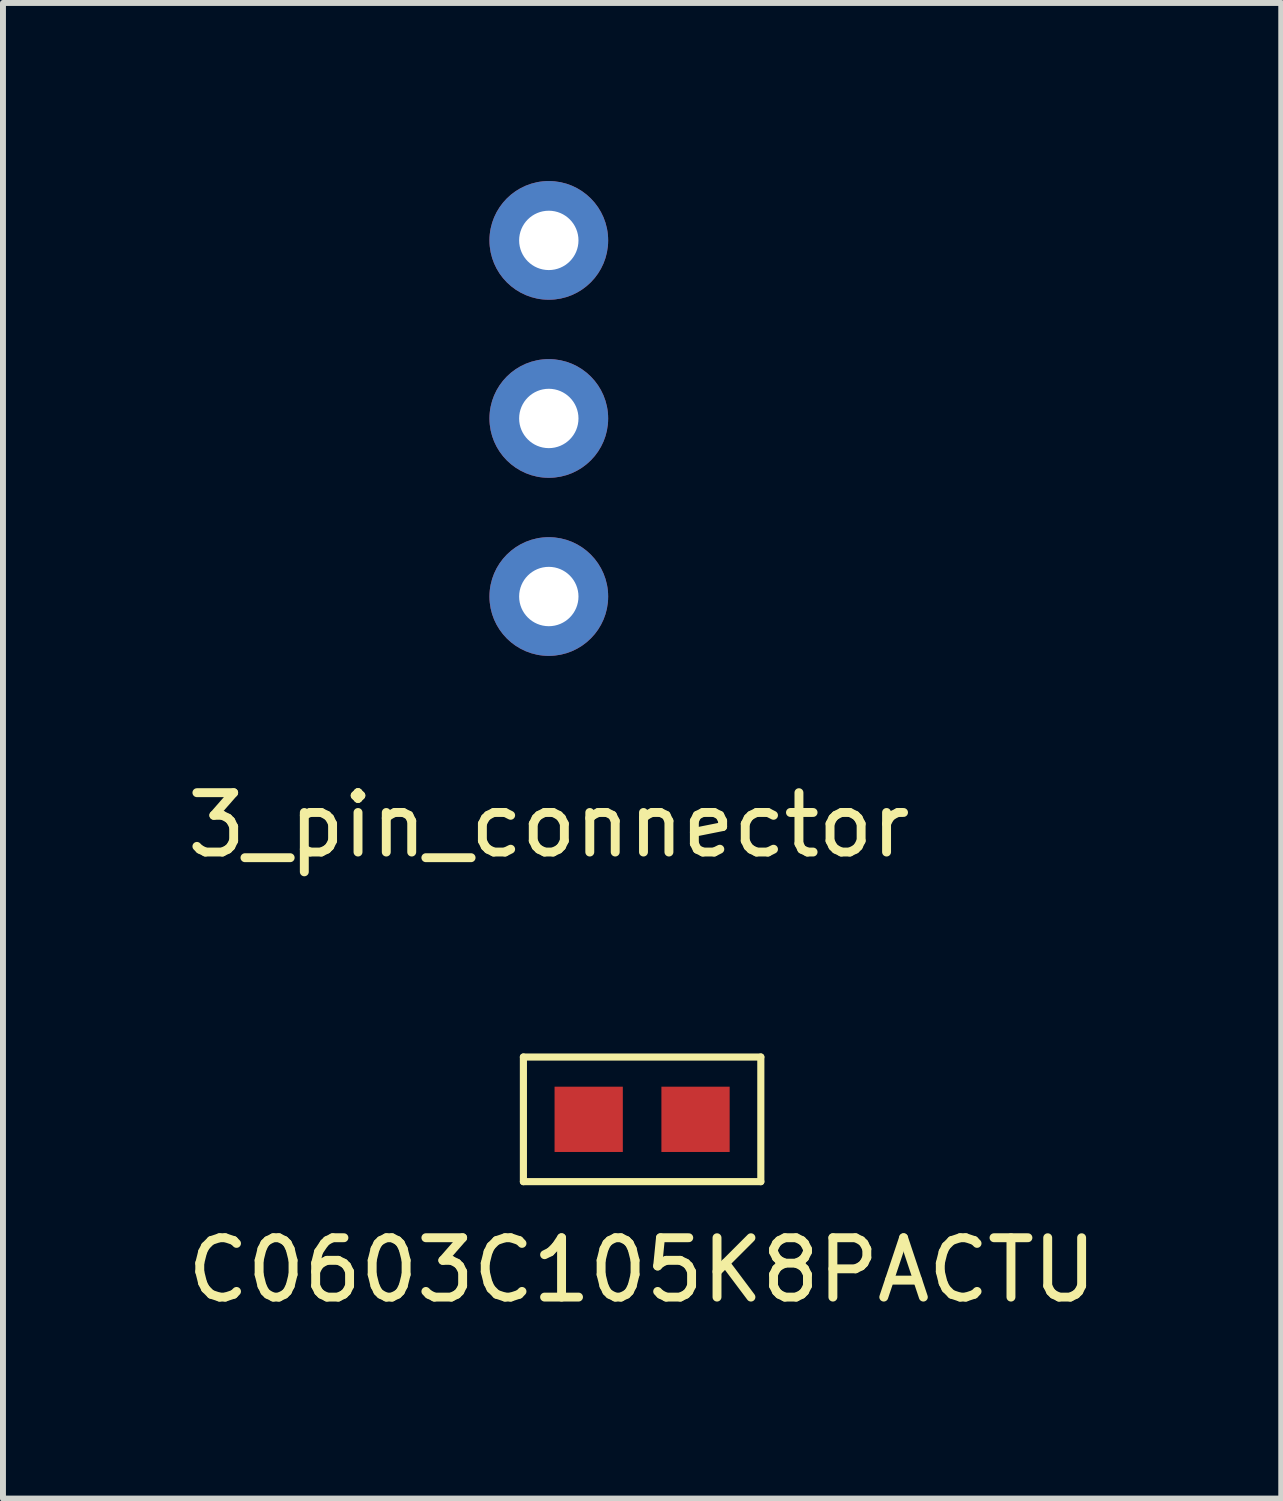
<source format=kicad_pcb>
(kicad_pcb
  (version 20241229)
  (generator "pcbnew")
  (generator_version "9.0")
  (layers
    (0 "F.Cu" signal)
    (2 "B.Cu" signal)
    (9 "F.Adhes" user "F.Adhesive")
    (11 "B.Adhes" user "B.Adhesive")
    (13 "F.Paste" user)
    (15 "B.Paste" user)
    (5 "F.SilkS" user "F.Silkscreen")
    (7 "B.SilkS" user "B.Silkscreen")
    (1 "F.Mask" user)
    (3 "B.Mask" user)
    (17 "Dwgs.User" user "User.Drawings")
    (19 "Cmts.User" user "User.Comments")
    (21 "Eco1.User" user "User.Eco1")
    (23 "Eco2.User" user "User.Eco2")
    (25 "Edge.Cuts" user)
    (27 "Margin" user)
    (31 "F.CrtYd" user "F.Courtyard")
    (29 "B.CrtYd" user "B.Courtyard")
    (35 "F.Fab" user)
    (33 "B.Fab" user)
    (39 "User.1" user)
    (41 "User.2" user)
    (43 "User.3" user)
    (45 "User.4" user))
  (footprint "C0603C105K8PACTU"
    (layer "F.Cu")
    (at 7.768 15.808)
    (property "Reference" "C0603C105K8PACTU" (at 0 2.54 0) (layer "F.SilkS") (effects (font (size 1 1) (thickness 0.15))))
    (attr through_hole)
    (fp_line (start -2 -1.05) (end -2 1.05) (stroke (width 0.12) (type solid)) (layer "F.SilkS"))
    (fp_line (start -2 -1.05) (end 2 -1.05) (stroke (width 0.12) (type solid)) (layer "F.SilkS"))
    (fp_line (start 2 1.05) (end -2 1.05) (stroke (width 0.12) (type solid)) (layer "F.SilkS"))
    (fp_line (start 2 1.05) (end 2 -1.05) (stroke (width 0.12) (type solid)) (layer "F.SilkS"))
    (pad "1" smd rect (at -0.9 0) (size 1.15 1.1) (layers "F.Cu" "F.Mask" "F.Paste"))
    (pad "2" smd rect (at 0.9 0) (size 1.15 1.1) (layers "F.Cu" "F.Mask" "F.Paste")))
  (footprint "3_pin_connector"
    (layer "F.Cu")
    (at 6.196 4)
    (property "Reference" "3_pin_connector" (at 0 6.85 0) (layer "F.SilkS") (effects (font (size 1 1) (thickness 0.15))))
    (attr through_hole)
    (pad "1" thru_hole circle (at 0 -3) (size 2 2) (drill 1) (layers "*.Cu" "*.Mask"))
    (pad "2" thru_hole circle (at 0 3) (size 2 2) (drill 1) (layers "*.Cu" "*.Mask"))
    (pad "3" thru_hole circle (at 0 0) (size 2 2) (drill 1) (layers "*.Cu" "*.Mask")))
  (gr_rect
    (start -3 -3)
    (end 18.536 22.197)
    (stroke (width 0.1) (type default))
    (fill no)
    (layer "Edge.Cuts")))
</source>
